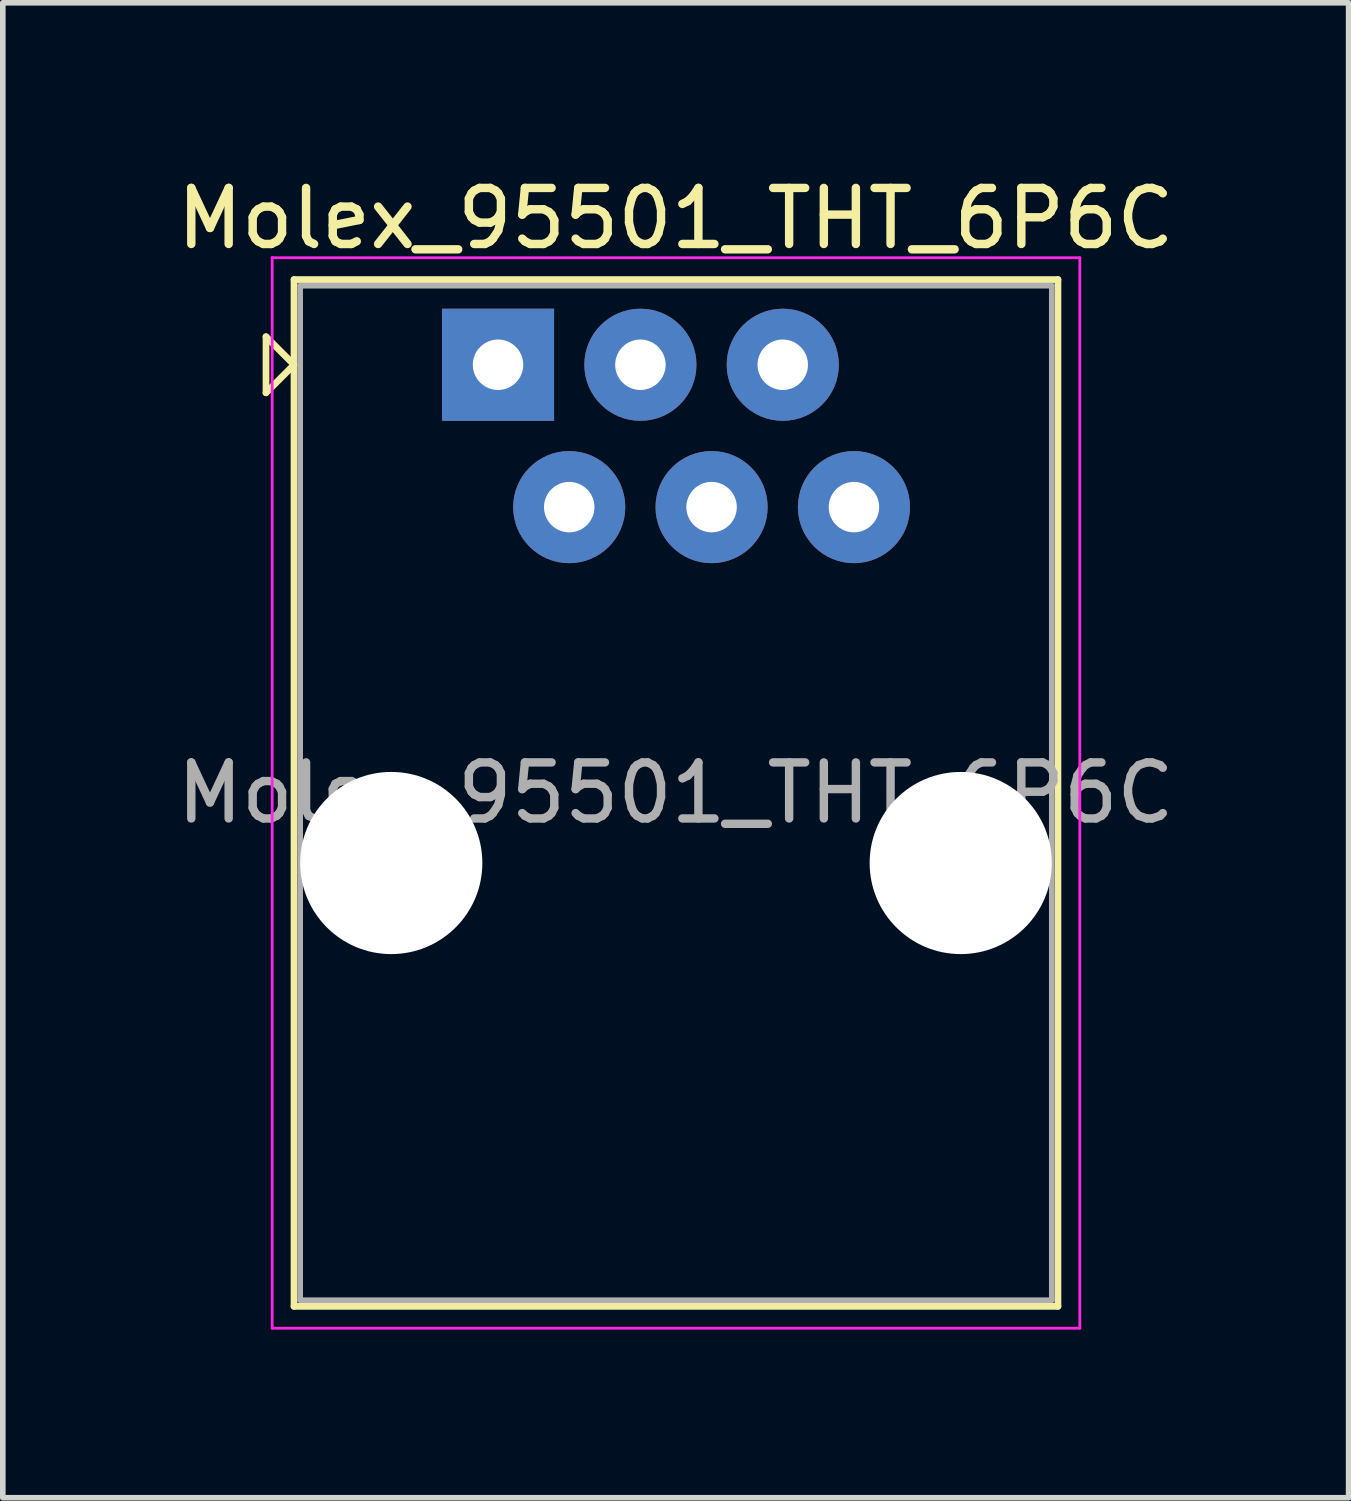
<source format=kicad_pcb>
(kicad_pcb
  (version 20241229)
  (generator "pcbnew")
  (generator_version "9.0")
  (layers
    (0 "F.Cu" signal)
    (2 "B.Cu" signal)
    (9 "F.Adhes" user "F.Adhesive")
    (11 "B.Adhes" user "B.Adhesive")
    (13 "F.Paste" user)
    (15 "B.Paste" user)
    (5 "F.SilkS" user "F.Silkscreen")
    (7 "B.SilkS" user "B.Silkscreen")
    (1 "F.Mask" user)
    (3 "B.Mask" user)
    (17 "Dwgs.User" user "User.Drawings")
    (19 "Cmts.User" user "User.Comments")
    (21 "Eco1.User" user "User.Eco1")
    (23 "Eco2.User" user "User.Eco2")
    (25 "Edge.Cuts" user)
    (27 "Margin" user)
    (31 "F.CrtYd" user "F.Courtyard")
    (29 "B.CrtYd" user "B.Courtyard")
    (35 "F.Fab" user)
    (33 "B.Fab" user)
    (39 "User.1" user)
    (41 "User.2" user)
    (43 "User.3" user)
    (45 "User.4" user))
  (footprint "Molex_95501_THT_6P6C"
    (layer "F.Cu")
    (at 5.836 3.458)
    (property "Reference" "Molex_95501_THT_6P6C" (at 3.17 -2.61 0) (layer "F.SilkS") (effects (font (size 1 1) (thickness 0.15))))
    (attr through_hole)
    (fp_line (start -4.14 -0.5) (end -4.14 0.5) (stroke (width 0.12) (type solid)) (layer "F.SilkS"))
    (fp_line (start -4.14 0.5) (end -3.64 0) (stroke (width 0.12) (type solid)) (layer "F.SilkS"))
    (fp_line (start -3.64 -1.52) (end -3.64 16.8) (stroke (width 0.12) (type solid)) (layer "F.SilkS"))
    (fp_line (start -3.64 0) (end -4.14 -0.5) (stroke (width 0.12) (type solid)) (layer "F.SilkS"))
    (fp_line (start -3.64 16.8) (end 9.99 16.8) (stroke (width 0.12) (type solid)) (layer "F.SilkS"))
    (fp_line (start 9.99 -1.52) (end -3.64 -1.52) (stroke (width 0.12) (type solid)) (layer "F.SilkS"))
    (fp_line (start 9.99 16.8) (end 9.99 -1.52) (stroke (width 0.12) (type solid)) (layer "F.SilkS"))
    (fp_line (start -4.03 -1.91) (end -4.03 17.19) (stroke (width 0.05) (type solid)) (layer "F.CrtYd"))
    (fp_line (start -4.03 17.19) (end 10.38 17.19) (stroke (width 0.05) (type solid)) (layer "F.CrtYd"))
    (fp_line (start 10.38 -1.91) (end -4.03 -1.91) (stroke (width 0.05) (type solid)) (layer "F.CrtYd"))
    (fp_line (start 10.38 17.19) (end 10.38 -1.91) (stroke (width 0.05) (type solid)) (layer "F.CrtYd"))
    (fp_line (start -3.53 -1.41) (end -3.53 16.69) (stroke (width 0.1) (type solid)) (layer "F.Fab"))
    (fp_line (start -3.53 16.69) (end 9.88 16.69) (stroke (width 0.1) (type solid)) (layer "F.Fab"))
    (fp_line (start 9.88 -1.41) (end -3.53 -1.41) (stroke (width 0.1) (type solid)) (layer "F.Fab"))
    (fp_line (start 9.88 16.69) (end 9.88 -1.41) (stroke (width 0.1) (type solid)) (layer "F.Fab"))
    (fp_text user "${REFERENCE}" (at 3.17 7.64 0) (layer "F.Fab") (effects (font (size 1 1) (thickness 0.15))))
    (pad "" np_thru_hole circle (at -1.905 8.89) (size 3.25 3.25) (drill 3.25) (layers "*.Cu" "*.Mask"))
    (pad "" np_thru_hole circle (at 8.255 8.89) (size 3.25 3.25) (drill 3.25) (layers "*.Cu" "*.Mask"))
    (pad "1" thru_hole rect (at 0 0) (size 2 2) (drill 0.9) (layers "*.Cu" "*.Mask"))
    (pad "2" thru_hole circle (at 1.27 2.54) (size 2 2) (drill 0.9) (layers "*.Cu" "*.Mask"))
    (pad "3" thru_hole circle (at 2.54 0) (size 2 2) (drill 0.9) (layers "*.Cu" "*.Mask"))
    (pad "4" thru_hole circle (at 3.81 2.54) (size 2 2) (drill 0.9) (layers "*.Cu" "*.Mask"))
    (pad "5" thru_hole circle (at 5.08 0) (size 2 2) (drill 0.9) (layers "*.Cu" "*.Mask"))
    (pad "6" thru_hole circle (at 6.35 2.54) (size 2 2) (drill 0.9) (layers "*.Cu" "*.Mask")))
  (gr_rect
    (start -3 -3)
    (end 21.012 23.673)
    (stroke (width 0.1) (type default))
    (fill no)
    (layer "Edge.Cuts")))
</source>
